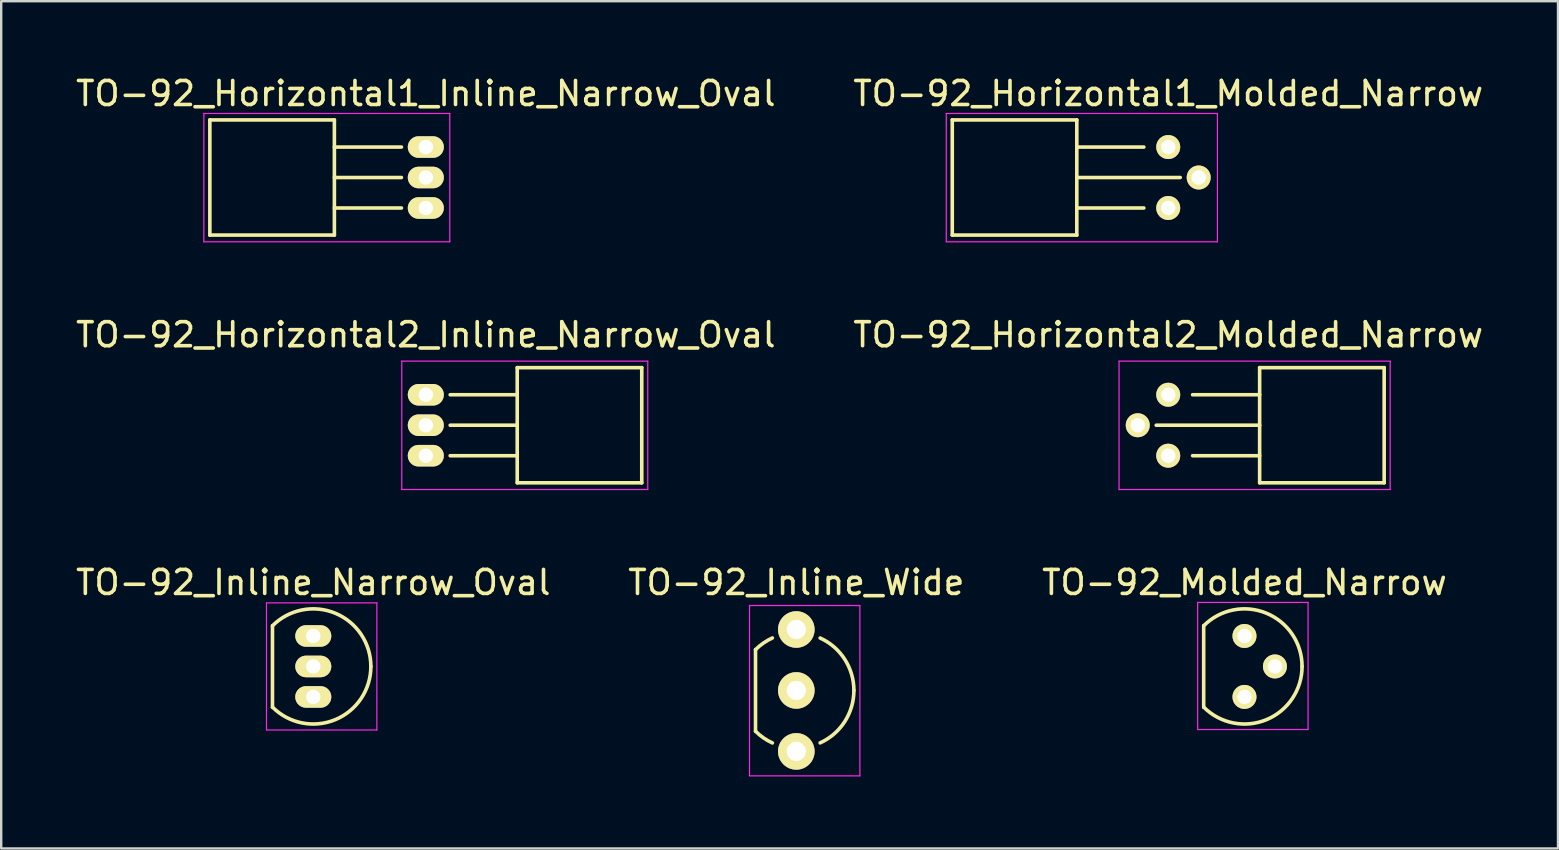
<source format=kicad_pcb>
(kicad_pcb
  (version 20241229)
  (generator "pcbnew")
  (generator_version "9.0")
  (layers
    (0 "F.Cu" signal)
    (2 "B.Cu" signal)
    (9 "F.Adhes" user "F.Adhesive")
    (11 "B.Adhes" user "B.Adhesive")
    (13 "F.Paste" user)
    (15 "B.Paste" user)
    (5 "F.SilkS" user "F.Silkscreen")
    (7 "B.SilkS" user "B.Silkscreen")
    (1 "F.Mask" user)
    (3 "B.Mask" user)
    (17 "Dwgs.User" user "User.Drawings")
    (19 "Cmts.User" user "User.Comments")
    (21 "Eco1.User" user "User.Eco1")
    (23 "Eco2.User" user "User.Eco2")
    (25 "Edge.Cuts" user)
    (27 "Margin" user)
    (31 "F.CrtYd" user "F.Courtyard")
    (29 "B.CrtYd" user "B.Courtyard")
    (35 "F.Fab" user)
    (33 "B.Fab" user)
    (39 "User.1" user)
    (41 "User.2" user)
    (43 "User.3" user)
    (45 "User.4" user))
  (footprint "TO-92_Horizontal2_Inline_Narrow_Oval"
    (layer "F.Cu")
    (at 14.696 13.402)
    (property "Reference" "TO-92_Horizontal2_Inline_Narrow_Oval" (at 0 -2.5 180) (layer "F.SilkS") (effects (font (size 1 1) (thickness 0.15))))
    (attr through_hole)
    (fp_line (start 1.016 0) (end 3.81 0) (stroke (width 0.15) (type solid)) (layer "F.SilkS"))
    (fp_line (start 1.016 1.27) (end 3.81 1.27) (stroke (width 0.15) (type solid)) (layer "F.SilkS"))
    (fp_line (start 1.016 2.54) (end 3.81 2.54) (stroke (width 0.15) (type solid)) (layer "F.SilkS"))
    (fp_line (start 3.81 -1.13) (end 9 -1.13) (stroke (width 0.15) (type solid)) (layer "F.SilkS"))
    (fp_line (start 3.81 3.67) (end 3.81 -1.13) (stroke (width 0.15) (type solid)) (layer "F.SilkS"))
    (fp_line (start 9 -1.13) (end 9 3.67) (stroke (width 0.15) (type solid)) (layer "F.SilkS"))
    (fp_line (start 9 3.67) (end 3.81 3.67) (stroke (width 0.15) (type solid)) (layer "F.SilkS"))
    (fp_line (start -1 3.95) (end -1 -1.4) (stroke (width 0.05) (type solid)) (layer "F.CrtYd"))
    (fp_line (start 9.25 -1.4) (end -1 -1.4) (stroke (width 0.05) (type solid)) (layer "F.CrtYd"))
    (fp_line (start 9.25 3.95) (end -1 3.95) (stroke (width 0.05) (type solid)) (layer "F.CrtYd"))
    (fp_line (start 9.25 3.95) (end 9.25 -1.4) (stroke (width 0.05) (type solid)) (layer "F.CrtYd"))
    (pad "1" thru_hole oval (at 0 0 270) (size 0.899 1.501) (drill 0.6) (layers "*.Cu" "*.Mask" "F.SilkS"))
    (pad "2" thru_hole oval (at 0 1.27 270) (size 0.899 1.501) (drill 0.6) (layers "*.Cu" "*.Mask" "F.SilkS"))
    (pad "3" thru_hole oval (at 0 2.54 270) (size 0.899 1.501) (drill 0.6) (layers "*.Cu" "*.Mask" "F.SilkS")))
  (footprint "TO-92_Inline_Wide"
    (layer "F.Cu")
    (at 30.137 23.185)
    (property "Reference" "TO-92_Inline_Wide" (at 0 -1.96 0) (layer "F.SilkS") (effects (font (size 1 1) (thickness 0.15))))
    (attr through_hole)
    (fp_line (start -1.7 0.84) (end -1.7 4.24) (stroke (width 0.15) (type solid)) (layer "F.SilkS"))
    (fp_arc (start -1.7 0.84) (mid -1.370365 0.564627) (end -0.99699 0.352305) (stroke (width 0.15) (type solid)) (layer "F.SilkS"))
    (fp_arc (start -0.99699 4.727695) (mid -1.370365 4.515373) (end -1.7 4.24) (stroke (width 0.15) (type solid)) (layer "F.SilkS"))
    (fp_arc (start 0.993127 0.355121) (mid 2.017858 1.240675) (end 2.4 2.54) (stroke (width 0.15) (type solid)) (layer "F.SilkS"))
    (fp_arc (start 2.4 2.54) (mid 2.017858 3.839326) (end 0.993127 4.724879) (stroke (width 0.15) (type solid)) (layer "F.SilkS"))
    (fp_line (start -1.95 -1) (end -1.95 6.1) (stroke (width 0.05) (type solid)) (layer "F.CrtYd"))
    (fp_line (start -1.95 -1) (end 2.65 -1) (stroke (width 0.05) (type solid)) (layer "F.CrtYd"))
    (fp_line (start -1.95 6.1) (end 2.65 6.1) (stroke (width 0.05) (type solid)) (layer "F.CrtYd"))
    (fp_line (start 2.65 -1) (end 2.65 6.1) (stroke (width 0.05) (type solid)) (layer "F.CrtYd"))
    (pad "1" thru_hole circle (at 0 0) (size 1.524 1.524) (drill 0.8) (layers "*.Cu" "*.Mask" "F.SilkS"))
    (pad "2" thru_hole circle (at 0 2.54) (size 1.524 1.524) (drill 0.8) (layers "*.Cu" "*.Mask" "F.SilkS"))
    (pad "3" thru_hole circle (at 0 5.08) (size 1.524 1.524) (drill 0.8) (layers "*.Cu" "*.Mask" "F.SilkS")))
  (footprint "TO-92_Molded_Narrow"
    (layer "F.Cu")
    (at 48.815 23.455)
    (property "Reference" "TO-92_Molded_Narrow" (at 0 -2.23 0) (layer "F.SilkS") (effects (font (size 1 1) (thickness 0.15))))
    (attr through_hole)
    (fp_line (start -1.7 -0.43) (end -1.7 2.97) (stroke (width 0.15) (type solid)) (layer "F.SilkS"))
    (fp_arc (start -1.697056 -0.427056) (mid 0.91844 -0.947311) (end 2.4 1.27) (stroke (width 0.15) (type solid)) (layer "F.SilkS"))
    (fp_arc (start 2.4 1.27) (mid 0.91844 3.487311) (end -1.697056 2.967056) (stroke (width 0.15) (type solid)) (layer "F.SilkS"))
    (fp_line (start -1.95 -1.4) (end -1.95 3.9) (stroke (width 0.05) (type solid)) (layer "F.CrtYd"))
    (fp_line (start -1.95 -1.4) (end 2.65 -1.4) (stroke (width 0.05) (type solid)) (layer "F.CrtYd"))
    (fp_line (start -1.95 3.9) (end 2.65 3.9) (stroke (width 0.05) (type solid)) (layer "F.CrtYd"))
    (fp_line (start 2.65 -1.4) (end 2.65 3.9) (stroke (width 0.05) (type solid)) (layer "F.CrtYd"))
    (pad "1" thru_hole circle (at 0 0) (size 1.001 1.001) (drill 0.6) (layers "*.Cu" "*.Mask" "F.SilkS"))
    (pad "2" thru_hole circle (at 1.27 1.27) (size 1.001 1.001) (drill 0.6) (layers "*.Cu" "*.Mask" "F.SilkS"))
    (pad "3" thru_hole circle (at 0 2.54) (size 1.001 1.001) (drill 0.6) (layers "*.Cu" "*.Mask" "F.SilkS")))
  (footprint "TO-92_Horizontal1_Inline_Narrow_Oval"
    (layer "F.Cu")
    (at 14.696 3.078)
    (property "Reference" "TO-92_Horizontal1_Inline_Narrow_Oval" (at 0 -2.23 0) (layer "F.SilkS") (effects (font (size 1 1) (thickness 0.15))))
    (attr through_hole)
    (fp_line (start -9 -1.13) (end -3.81 -1.13) (stroke (width 0.15) (type solid)) (layer "F.SilkS"))
    (fp_line (start -9 3.67) (end -9 -1.13) (stroke (width 0.15) (type solid)) (layer "F.SilkS"))
    (fp_line (start -3.81 -1.13) (end -3.81 3.67) (stroke (width 0.15) (type solid)) (layer "F.SilkS"))
    (fp_line (start -3.81 3.67) (end -9 3.67) (stroke (width 0.15) (type solid)) (layer "F.SilkS"))
    (fp_line (start -1.016 0) (end -3.81 0) (stroke (width 0.15) (type solid)) (layer "F.SilkS"))
    (fp_line (start -1.016 1.27) (end -3.81 1.27) (stroke (width 0.15) (type solid)) (layer "F.SilkS"))
    (fp_line (start -1.016 2.54) (end -3.81 2.54) (stroke (width 0.15) (type solid)) (layer "F.SilkS"))
    (fp_line (start -9.25 -1.4) (end -9.25 3.95) (stroke (width 0.05) (type solid)) (layer "F.CrtYd"))
    (fp_line (start -9.25 -1.4) (end 1 -1.4) (stroke (width 0.05) (type solid)) (layer "F.CrtYd"))
    (fp_line (start -9.25 3.95) (end 1 3.95) (stroke (width 0.05) (type solid)) (layer "F.CrtYd"))
    (fp_line (start 1 -1.4) (end 1 3.95) (stroke (width 0.05) (type solid)) (layer "F.CrtYd"))
    (pad "1" thru_hole oval (at 0 0 90) (size 0.899 1.501) (drill 0.6) (layers "*.Cu" "*.Mask" "F.SilkS"))
    (pad "2" thru_hole oval (at 0 1.27 90) (size 0.899 1.501) (drill 0.6) (layers "*.Cu" "*.Mask" "F.SilkS"))
    (pad "3" thru_hole oval (at 0 2.54 90) (size 0.899 1.501) (drill 0.6) (layers "*.Cu" "*.Mask" "F.SilkS")))
  (footprint "TO-92_Horizontal1_Molded_Narrow"
    (layer "F.Cu")
    (at 45.637 3.078)
    (property "Reference" "TO-92_Horizontal1_Molded_Narrow" (at 0 -2.23 0) (layer "F.SilkS") (effects (font (size 1 1) (thickness 0.15))))
    (attr through_hole)
    (fp_line (start -9 -1.13) (end -3.81 -1.13) (stroke (width 0.15) (type solid)) (layer "F.SilkS"))
    (fp_line (start -9 3.67) (end -9 -1.13) (stroke (width 0.15) (type solid)) (layer "F.SilkS"))
    (fp_line (start -3.81 -1.13) (end -3.81 3.67) (stroke (width 0.15) (type solid)) (layer "F.SilkS"))
    (fp_line (start -3.81 3.67) (end -9 3.67) (stroke (width 0.15) (type solid)) (layer "F.SilkS"))
    (fp_line (start -1.016 0) (end -3.81 0) (stroke (width 0.15) (type solid)) (layer "F.SilkS"))
    (fp_line (start -1.016 2.54) (end -3.81 2.54) (stroke (width 0.15) (type solid)) (layer "F.SilkS"))
    (fp_line (start 0.5 1.27) (end -3.81 1.27) (stroke (width 0.15) (type solid)) (layer "F.SilkS"))
    (fp_line (start -9.25 -1.4) (end -9.25 3.95) (stroke (width 0.05) (type solid)) (layer "F.CrtYd"))
    (fp_line (start -9.25 -1.4) (end 2.05 -1.4) (stroke (width 0.05) (type solid)) (layer "F.CrtYd"))
    (fp_line (start -9.25 3.95) (end 2.05 3.95) (stroke (width 0.05) (type solid)) (layer "F.CrtYd"))
    (fp_line (start 2.05 -1.4) (end 2.05 3.95) (stroke (width 0.05) (type solid)) (layer "F.CrtYd"))
    (pad "1" thru_hole circle (at 0 0) (size 1.001 1.001) (drill 0.6) (layers "*.Cu" "*.Mask" "F.SilkS"))
    (pad "2" thru_hole circle (at 1.27 1.27) (size 1.001 1.001) (drill 0.6) (layers "*.Cu" "*.Mask" "F.SilkS"))
    (pad "3" thru_hole circle (at 0 2.54) (size 1.001 1.001) (drill 0.6) (layers "*.Cu" "*.Mask" "F.SilkS")))
  (footprint "TO-92_Inline_Narrow_Oval"
    (layer "F.Cu")
    (at 10.006 23.455)
    (property "Reference" "TO-92_Inline_Narrow_Oval" (at 0 -2.23 0) (layer "F.SilkS") (effects (font (size 1 1) (thickness 0.15))))
    (attr through_hole)
    (fp_line (start -1.7 -0.43) (end -1.7 2.97) (stroke (width 0.15) (type solid)) (layer "F.SilkS"))
    (fp_arc (start -1.697056 -0.427056) (mid 0.91844 -0.947311) (end 2.4 1.27) (stroke (width 0.15) (type solid)) (layer "F.SilkS"))
    (fp_arc (start 2.4 1.27) (mid 0.91844 3.487311) (end -1.697056 2.967056) (stroke (width 0.15) (type solid)) (layer "F.SilkS"))
    (fp_line (start -1.95 -1.38) (end -1.95 3.92) (stroke (width 0.05) (type solid)) (layer "F.CrtYd"))
    (fp_line (start -1.95 -1.38) (end 2.65 -1.38) (stroke (width 0.05) (type solid)) (layer "F.CrtYd"))
    (fp_line (start -1.95 3.92) (end 2.65 3.92) (stroke (width 0.05) (type solid)) (layer "F.CrtYd"))
    (fp_line (start 2.65 -1.38) (end 2.65 3.92) (stroke (width 0.05) (type solid)) (layer "F.CrtYd"))
    (pad "1" thru_hole oval (at 0 0 90) (size 0.899 1.501) (drill 0.6) (layers "*.Cu" "*.Mask" "F.SilkS"))
    (pad "2" thru_hole oval (at 0 1.27 90) (size 0.899 1.501) (drill 0.6) (layers "*.Cu" "*.Mask" "F.SilkS"))
    (pad "3" thru_hole oval (at 0 2.54 90) (size 0.899 1.501) (drill 0.6) (layers "*.Cu" "*.Mask" "F.SilkS")))
  (footprint "TO-92_Horizontal2_Molded_Narrow"
    (layer "F.Cu")
    (at 45.637 13.402)
    (property "Reference" "TO-92_Horizontal2_Molded_Narrow" (at 0 -2.5 180) (layer "F.SilkS") (effects (font (size 1 1) (thickness 0.15))))
    (attr through_hole)
    (fp_line (start -0.5 1.27) (end 3.81 1.27) (stroke (width 0.15) (type solid)) (layer "F.SilkS"))
    (fp_line (start 1.016 0) (end 3.81 0) (stroke (width 0.15) (type solid)) (layer "F.SilkS"))
    (fp_line (start 1.016 2.54) (end 3.81 2.54) (stroke (width 0.15) (type solid)) (layer "F.SilkS"))
    (fp_line (start 3.81 -1.13) (end 9 -1.13) (stroke (width 0.15) (type solid)) (layer "F.SilkS"))
    (fp_line (start 3.81 3.67) (end 3.81 -1.13) (stroke (width 0.15) (type solid)) (layer "F.SilkS"))
    (fp_line (start 9 -1.13) (end 9 3.67) (stroke (width 0.15) (type solid)) (layer "F.SilkS"))
    (fp_line (start 9 3.67) (end 3.81 3.67) (stroke (width 0.15) (type solid)) (layer "F.SilkS"))
    (fp_line (start -2.05 3.95) (end -2.05 -1.4) (stroke (width 0.05) (type solid)) (layer "F.CrtYd"))
    (fp_line (start 9.25 -1.4) (end -2.05 -1.4) (stroke (width 0.05) (type solid)) (layer "F.CrtYd"))
    (fp_line (start 9.25 3.95) (end -2.05 3.95) (stroke (width 0.05) (type solid)) (layer "F.CrtYd"))
    (fp_line (start 9.25 3.95) (end 9.25 -1.4) (stroke (width 0.05) (type solid)) (layer "F.CrtYd"))
    (pad "1" thru_hole circle (at 0 0 180) (size 1.001 1.001) (drill 0.6) (layers "*.Cu" "*.Mask" "F.SilkS"))
    (pad "2" thru_hole circle (at -1.27 1.27 180) (size 1.001 1.001) (drill 0.6) (layers "*.Cu" "*.Mask" "F.SilkS"))
    (pad "3" thru_hole circle (at 0 2.54 180) (size 1.001 1.001) (drill 0.6) (layers "*.Cu" "*.Mask" "F.SilkS")))
  (gr_rect
    (start -3 -3)
    (end 61.881 32.31)
    (stroke (width 0.1) (type default))
    (fill no)
    (layer "Edge.Cuts")))
</source>
